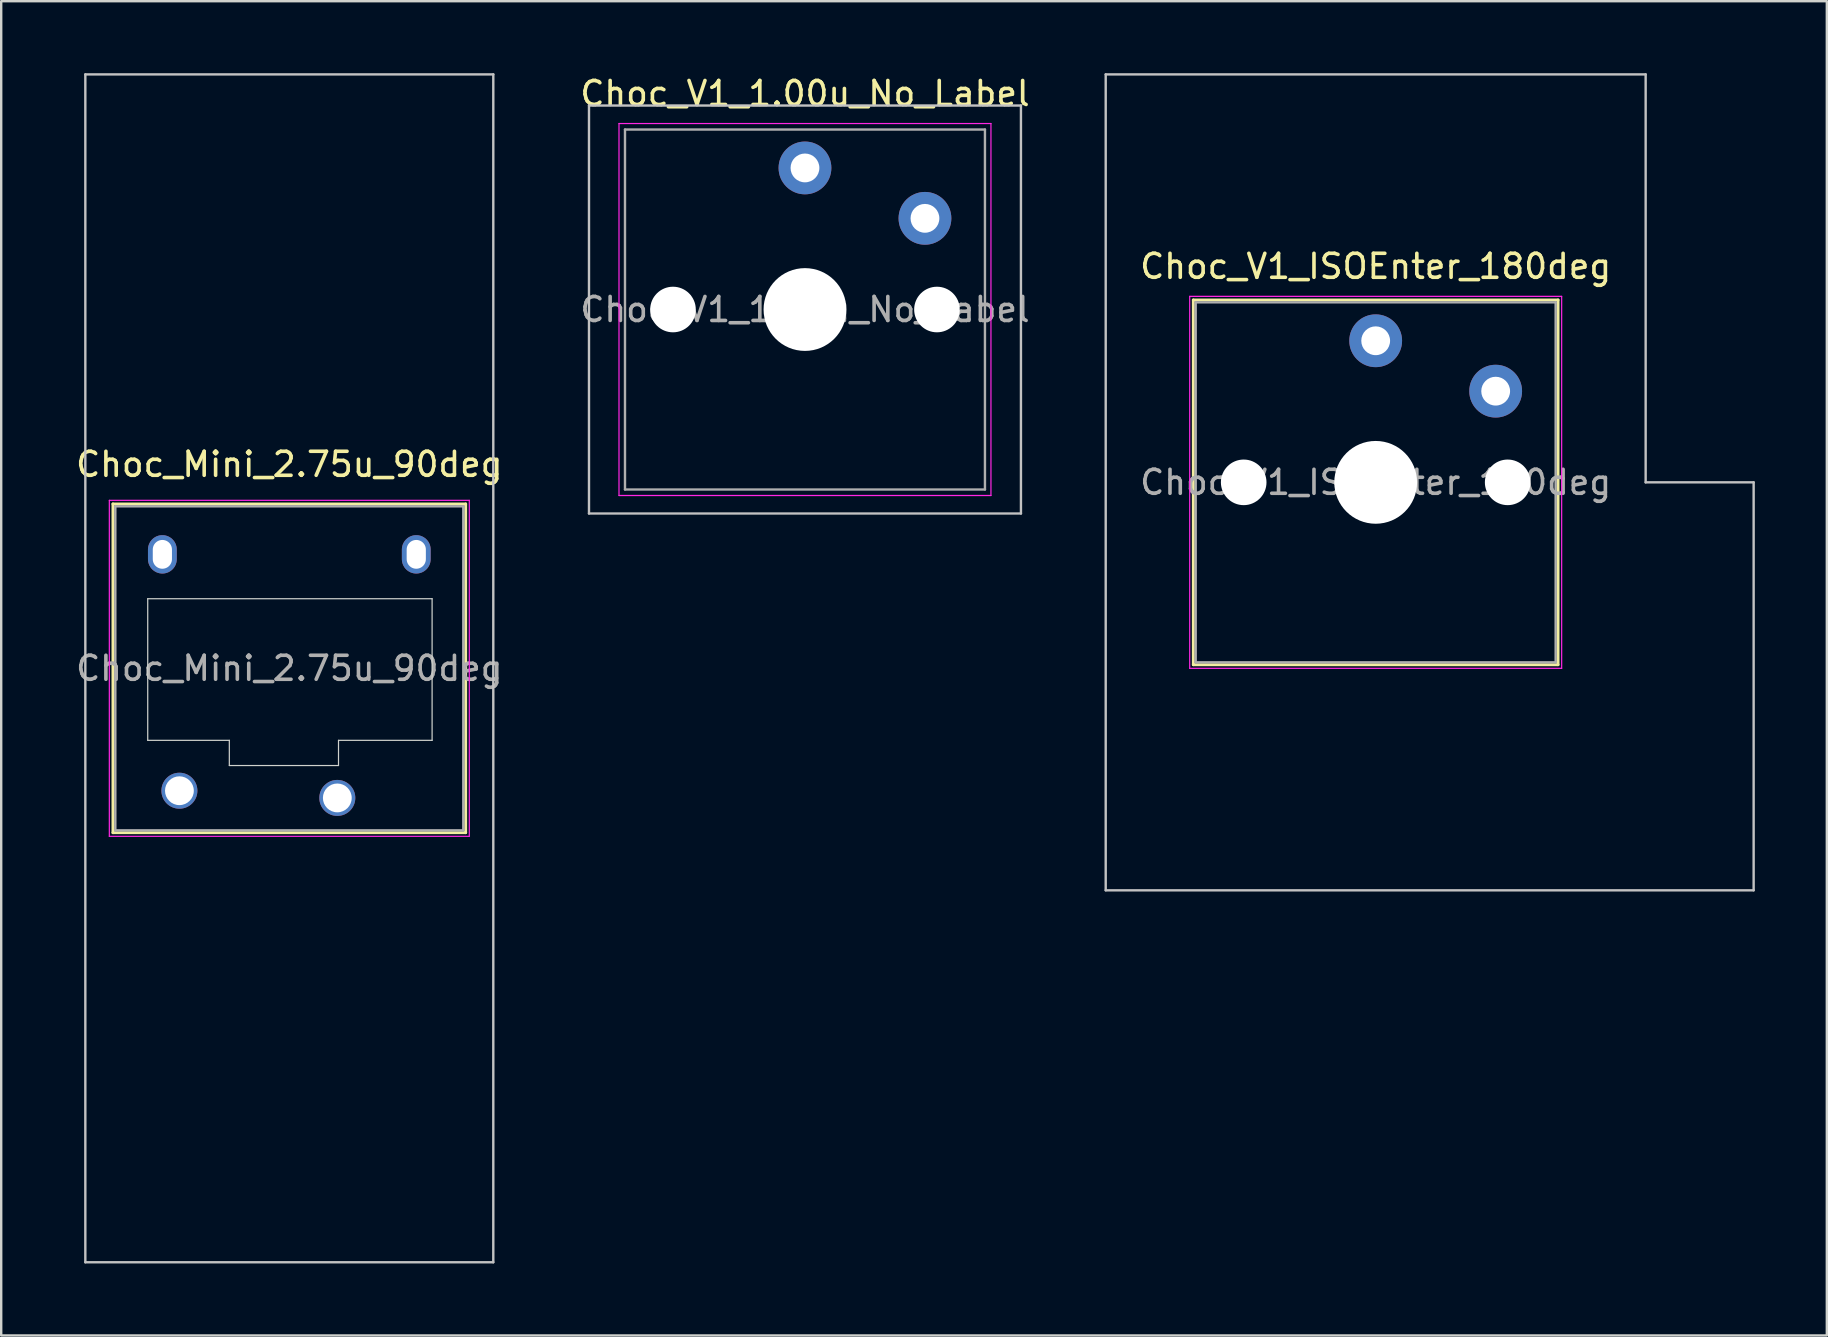
<source format=kicad_pcb>
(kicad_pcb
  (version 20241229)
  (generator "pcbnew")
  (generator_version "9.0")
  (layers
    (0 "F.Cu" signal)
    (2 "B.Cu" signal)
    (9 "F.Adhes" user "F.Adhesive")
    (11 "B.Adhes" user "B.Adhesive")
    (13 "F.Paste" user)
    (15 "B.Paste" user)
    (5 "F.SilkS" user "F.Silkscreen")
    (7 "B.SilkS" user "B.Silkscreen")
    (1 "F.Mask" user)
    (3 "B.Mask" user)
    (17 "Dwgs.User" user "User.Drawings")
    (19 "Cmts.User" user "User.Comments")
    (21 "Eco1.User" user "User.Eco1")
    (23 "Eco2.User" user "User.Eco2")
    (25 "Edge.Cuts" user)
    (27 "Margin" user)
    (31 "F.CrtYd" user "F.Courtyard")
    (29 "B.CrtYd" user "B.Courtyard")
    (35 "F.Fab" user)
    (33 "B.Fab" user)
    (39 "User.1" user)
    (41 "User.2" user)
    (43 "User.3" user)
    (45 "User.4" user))
  (footprint "Choc_V1_1.00u_No_Label"
    (layer "F.Cu")
    (at 30.494 9.848)
    (property "Reference" "Choc_V1_1.00u_No_Label" (at 0 -9 0) (layer "F.SilkS") (effects (font (size 1 1) (thickness 0.15))))
    (attr through_hole)
    (fp_line (start -9 -8.5) (end -9 8.5) (stroke (width 0.1) (type solid)) (layer "Dwgs.User"))
    (fp_line (start -9 8.5) (end 9 8.5) (stroke (width 0.1) (type solid)) (layer "Dwgs.User"))
    (fp_line (start 9 -8.5) (end -9 -8.5) (stroke (width 0.1) (type solid)) (layer "Dwgs.User"))
    (fp_line (start 9 8.5) (end 9 -8.5) (stroke (width 0.1) (type solid)) (layer "Dwgs.User"))
    (fp_line (start -7.25 -7.25) (end -7.25 7.25) (stroke (width 0.1) (type solid)) (layer "Eco1.User"))
    (fp_line (start -7.25 7.25) (end 7.25 7.25) (stroke (width 0.1) (type solid)) (layer "Eco1.User"))
    (fp_line (start 7.25 -7.25) (end -7.25 -7.25) (stroke (width 0.1) (type solid)) (layer "Eco1.User"))
    (fp_line (start 7.25 7.25) (end 7.25 -7.25) (stroke (width 0.1) (type solid)) (layer "Eco1.User"))
    (fp_line (start -7.75 -7.75) (end -7.75 7.75) (stroke (width 0.05) (type solid)) (layer "F.CrtYd"))
    (fp_line (start -7.75 7.75) (end 7.75 7.75) (stroke (width 0.05) (type solid)) (layer "F.CrtYd"))
    (fp_line (start 7.75 -7.75) (end -7.75 -7.75) (stroke (width 0.05) (type solid)) (layer "F.CrtYd"))
    (fp_line (start 7.75 7.75) (end 7.75 -7.75) (stroke (width 0.05) (type solid)) (layer "F.CrtYd"))
    (fp_line (start -7.5 -7.5) (end -7.5 7.5) (stroke (width 0.1) (type solid)) (layer "F.Fab"))
    (fp_line (start -7.5 7.5) (end 7.5 7.5) (stroke (width 0.1) (type solid)) (layer "F.Fab"))
    (fp_line (start 7.5 -7.5) (end -7.5 -7.5) (stroke (width 0.1) (type solid)) (layer "F.Fab"))
    (fp_line (start 7.5 7.5) (end 7.5 -7.5) (stroke (width 0.1) (type solid)) (layer "F.Fab"))
    (fp_text user "${REFERENCE}" (at 0 0 0) (layer "F.Fab") (effects (font (size 1 1) (thickness 0.15))))
    (pad "" np_thru_hole circle (at -5.5 0) (size 1.9 1.9) (drill 1.9) (layers "*.Cu" "*.Mask"))
    (pad "" np_thru_hole circle (at 0 0) (size 3.45 3.45) (drill 3.45) (layers "*.Cu" "*.Mask"))
    (pad "" np_thru_hole circle (at 5.5 0) (size 1.9 1.9) (drill 1.9) (layers "*.Cu" "*.Mask"))
    (pad "1" thru_hole circle (at 0 -5.9) (size 2.2 2.2) (drill 1.2) (layers "*.Cu" "*.Mask"))
    (pad "2" thru_hole circle (at 5 -3.8) (size 2.2 2.2) (drill 1.2) (layers "*.Cu" "*.Mask")))
  (footprint "Choc_V1_ISOEnter_180deg"
    (layer "F.Cu")
    (at 54.276 17.05)
    (property "Reference" "Choc_V1_ISOEnter_180deg" (at 0 -9 0) (layer "F.SilkS") (effects (font (size 1 1) (thickness 0.15))))
    (attr through_hole)
    (fp_line (start -7.6 -7.6) (end -7.6 7.6) (stroke (width 0.12) (type solid)) (layer "F.SilkS"))
    (fp_line (start -7.6 7.6) (end 7.6 7.6) (stroke (width 0.12) (type solid)) (layer "F.SilkS"))
    (fp_line (start 7.6 -7.6) (end -7.6 -7.6) (stroke (width 0.12) (type solid)) (layer "F.SilkS"))
    (fp_line (start 7.6 7.6) (end 7.6 -7.6) (stroke (width 0.12) (type solid)) (layer "F.SilkS"))
    (fp_line (start -11.25 -17) (end -11.25 17) (stroke (width 0.1) (type solid)) (layer "Dwgs.User"))
    (fp_line (start -11.25 17) (end 15.75 17) (stroke (width 0.1) (type solid)) (layer "Dwgs.User"))
    (fp_line (start 11.25 -17) (end -11.25 -17) (stroke (width 0.1) (type solid)) (layer "Dwgs.User"))
    (fp_line (start 11.25 0) (end 11.25 -17) (stroke (width 0.1) (type solid)) (layer "Dwgs.User"))
    (fp_line (start 15.75 0) (end 11.25 0) (stroke (width 0.1) (type solid)) (layer "Dwgs.User"))
    (fp_line (start 15.75 17) (end 15.75 0) (stroke (width 0.1) (type solid)) (layer "Dwgs.User"))
    (fp_line (start -7.25 -7.25) (end -7.25 7.25) (stroke (width 0.1) (type solid)) (layer "Eco1.User"))
    (fp_line (start -7.25 7.25) (end 7.25 7.25) (stroke (width 0.1) (type solid)) (layer "Eco1.User"))
    (fp_line (start 7.25 -7.25) (end -7.25 -7.25) (stroke (width 0.1) (type solid)) (layer "Eco1.User"))
    (fp_line (start 7.25 7.25) (end 7.25 -7.25) (stroke (width 0.1) (type solid)) (layer "Eco1.User"))
    (fp_line (start -7.75 -7.75) (end -7.75 7.75) (stroke (width 0.05) (type solid)) (layer "F.CrtYd"))
    (fp_line (start -7.75 7.75) (end 7.75 7.75) (stroke (width 0.05) (type solid)) (layer "F.CrtYd"))
    (fp_line (start 7.75 -7.75) (end -7.75 -7.75) (stroke (width 0.05) (type solid)) (layer "F.CrtYd"))
    (fp_line (start 7.75 7.75) (end 7.75 -7.75) (stroke (width 0.05) (type solid)) (layer "F.CrtYd"))
    (fp_line (start -7.5 -7.5) (end -7.5 7.5) (stroke (width 0.1) (type solid)) (layer "F.Fab"))
    (fp_line (start -7.5 7.5) (end 7.5 7.5) (stroke (width 0.1) (type solid)) (layer "F.Fab"))
    (fp_line (start 7.5 -7.5) (end -7.5 -7.5) (stroke (width 0.1) (type solid)) (layer "F.Fab"))
    (fp_line (start 7.5 7.5) (end 7.5 -7.5) (stroke (width 0.1) (type solid)) (layer "F.Fab"))
    (fp_text user "${REFERENCE}" (at 0 0 0) (layer "F.Fab") (effects (font (size 1 1) (thickness 0.15))))
    (pad "" np_thru_hole circle (at -5.5 0) (size 1.9 1.9) (drill 1.9) (layers "*.Cu" "*.Mask"))
    (pad "" np_thru_hole circle (at 0 0) (size 3.45 3.45) (drill 3.45) (layers "*.Cu" "*.Mask"))
    (pad "" np_thru_hole circle (at 5.5 0) (size 1.9 1.9) (drill 1.9) (layers "*.Cu" "*.Mask"))
    (pad "1" thru_hole circle (at 0 -5.9) (size 2.2 2.2) (drill 1.2) (layers "*.Cu" "*.Mask"))
    (pad "2" thru_hole circle (at 5 -3.8) (size 2.2 2.2) (drill 1.2) (layers "*.Cu" "*.Mask")))
  (footprint "Choc_Mini_2.75u_90deg"
    (layer "F.Cu")
    (at 9.006 24.8)
    (property "Reference" "Choc_Mini_2.75u_90deg" (at 0 -8.5 0) (layer "F.SilkS") (effects (font (size 1 1) (thickness 0.15))))
    (attr through_hole)
    (fp_line (start -7.35 -6.85) (end -7.35 6.85) (stroke (width 0.12) (type solid)) (layer "F.SilkS"))
    (fp_line (start -7.35 6.85) (end 7.35 6.85) (stroke (width 0.12) (type solid)) (layer "F.SilkS"))
    (fp_line (start 7.35 -6.85) (end -7.35 -6.85) (stroke (width 0.12) (type solid)) (layer "F.SilkS"))
    (fp_line (start 7.35 6.85) (end 7.35 -6.85) (stroke (width 0.12) (type solid)) (layer "F.SilkS"))
    (fp_line (start -8.5 -24.75) (end 8.5 -24.75) (stroke (width 0.1) (type solid)) (layer "Dwgs.User"))
    (fp_line (start -8.5 24.75) (end -8.5 -24.75) (stroke (width 0.1) (type solid)) (layer "Dwgs.User"))
    (fp_line (start 8.5 -24.75) (end 8.5 24.75) (stroke (width 0.1) (type solid)) (layer "Dwgs.User"))
    (fp_line (start 8.5 24.75) (end -8.5 24.75) (stroke (width 0.1) (type solid)) (layer "Dwgs.User"))
    (fp_line (start -6.85 -6.35) (end -6.85 6.35) (stroke (width 0.1) (type solid)) (layer "Eco1.User"))
    (fp_line (start -6.85 6.35) (end 6.85 6.35) (stroke (width 0.1) (type solid)) (layer "Eco1.User"))
    (fp_line (start 6.85 -6.35) (end -6.85 -6.35) (stroke (width 0.1) (type solid)) (layer "Eco1.User"))
    (fp_line (start 6.85 6.35) (end 6.85 -6.35) (stroke (width 0.1) (type solid)) (layer "Eco1.User"))
    (fp_line (start -5.9 -2.9) (end -5.9 3) (stroke (width 0.05) (type solid)) (layer "Edge.Cuts"))
    (fp_line (start -5.9 3) (end -2.5 3) (stroke (width 0.05) (type solid)) (layer "Edge.Cuts"))
    (fp_line (start -2.5 3) (end -2.5 4.05) (stroke (width 0.05) (type solid)) (layer "Edge.Cuts"))
    (fp_line (start -2.5 4.05) (end 2.05 4.05) (stroke (width 0.05) (type solid)) (layer "Edge.Cuts"))
    (fp_line (start 2.05 3) (end 5.95 3) (stroke (width 0.05) (type solid)) (layer "Edge.Cuts"))
    (fp_line (start 2.05 4.05) (end 2.05 3) (stroke (width 0.05) (type solid)) (layer "Edge.Cuts"))
    (fp_line (start 5.95 -2.9) (end -5.9 -2.9) (stroke (width 0.05) (type solid)) (layer "Edge.Cuts"))
    (fp_line (start 5.95 3) (end 5.95 -2.9) (stroke (width 0.05) (type solid)) (layer "Edge.Cuts"))
    (fp_line (start -7.5 -7) (end -7.5 7) (stroke (width 0.05) (type solid)) (layer "F.CrtYd"))
    (fp_line (start -7.5 7) (end 7.5 7) (stroke (width 0.05) (type solid)) (layer "F.CrtYd"))
    (fp_line (start 7.5 -7) (end -7.5 -7) (stroke (width 0.05) (type solid)) (layer "F.CrtYd"))
    (fp_line (start 7.5 7) (end 7.5 -7) (stroke (width 0.05) (type solid)) (layer "F.CrtYd"))
    (fp_line (start -7.25 -6.75) (end -7.25 6.75) (stroke (width 0.1) (type solid)) (layer "F.Fab"))
    (fp_line (start -7.25 6.75) (end 7.25 6.75) (stroke (width 0.1) (type solid)) (layer "F.Fab"))
    (fp_line (start 7.25 -6.75) (end -7.25 -6.75) (stroke (width 0.1) (type solid)) (layer "F.Fab"))
    (fp_line (start 7.25 6.75) (end 7.25 -6.75) (stroke (width 0.1) (type solid)) (layer "F.Fab"))
    (fp_text user "${REFERENCE}" (at 0 0 0) (layer "F.Fab") (effects (font (size 1 1) (thickness 0.15))))
    (pad "" np_thru_hole oval (at -5.29 -4.75) (size 1.2 1.6) (drill oval 0.8 1.2) (layers "*.Cu" "*.Mask"))
    (pad "" np_thru_hole oval (at 5.29 -4.75) (size 1.2 1.6) (drill oval 0.8 1.2) (layers "*.Cu" "*.Mask"))
    (pad "1" thru_hole circle (at 2 5.4) (size 1.5 1.5) (drill 1.2) (layers "*.Cu" "*.Mask"))
    (pad "2" thru_hole circle (at -4.58 5.1) (size 1.5 1.5) (drill 1.2) (layers "*.Cu" "*.Mask")))
  (gr_rect
    (start -3 -3)
    (end 73.076 52.6)
    (stroke (width 0.1) (type default))
    (fill no)
    (layer "Edge.Cuts")))
</source>
